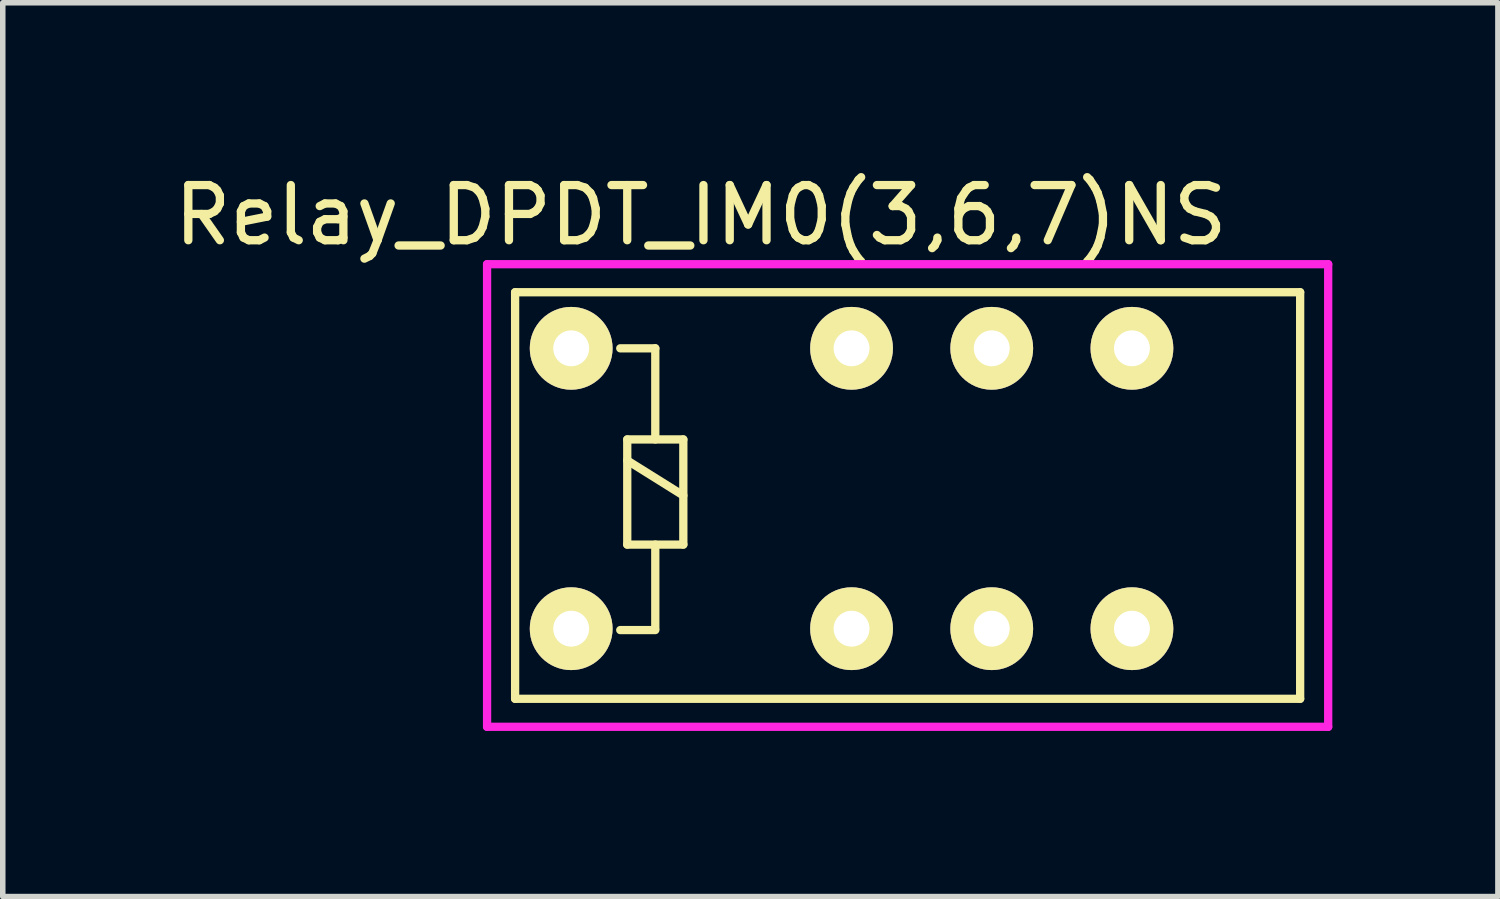
<source format=kicad_pcb>
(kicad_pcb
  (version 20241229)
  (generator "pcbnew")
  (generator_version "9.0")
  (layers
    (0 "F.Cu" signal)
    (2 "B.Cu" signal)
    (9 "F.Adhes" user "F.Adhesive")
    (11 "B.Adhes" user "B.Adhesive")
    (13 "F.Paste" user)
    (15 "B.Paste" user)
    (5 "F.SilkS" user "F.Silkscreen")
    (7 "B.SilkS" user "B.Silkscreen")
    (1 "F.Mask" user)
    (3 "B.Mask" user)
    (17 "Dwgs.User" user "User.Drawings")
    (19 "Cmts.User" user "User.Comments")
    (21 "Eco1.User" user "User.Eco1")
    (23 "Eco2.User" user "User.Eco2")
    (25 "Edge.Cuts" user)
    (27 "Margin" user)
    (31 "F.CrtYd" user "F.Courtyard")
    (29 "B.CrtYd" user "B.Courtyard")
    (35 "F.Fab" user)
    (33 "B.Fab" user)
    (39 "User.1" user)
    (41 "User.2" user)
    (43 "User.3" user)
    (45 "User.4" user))
  (footprint "Relay_DPDT_IM0(3,6,7)NS"
    (layer "F.Cu")
    (at 7.299 3.261)
    (property "Reference" "Relay_DPDT_IM0(3,6,7)NS" (at 2.349 -2.413 0) (layer "F.SilkS") (effects (font (size 1 1) (thickness 0.15))))
    (attr through_hole)
    (fp_line (start -1.016 -1.016) (end 13.208 -1.016) (stroke (width 0.15) (type solid)) (layer "F.SilkS"))
    (fp_line (start -1.016 6.35) (end -1.016 -1.016) (stroke (width 0.15) (type solid)) (layer "F.SilkS"))
    (fp_line (start 0.889 0) (end 1.524 0) (stroke (width 0.15) (type solid)) (layer "F.SilkS"))
    (fp_line (start 0.889 5.105) (end 1.524 5.105) (stroke (width 0.15) (type solid)) (layer "F.SilkS"))
    (fp_line (start 1.016 1.651) (end 1.016 3.556) (stroke (width 0.15) (type solid)) (layer "F.SilkS"))
    (fp_line (start 1.016 1.651) (end 2.032 1.651) (stroke (width 0.15) (type solid)) (layer "F.SilkS"))
    (fp_line (start 1.016 2.032) (end 2.032 2.667) (stroke (width 0.15) (type solid)) (layer "F.SilkS"))
    (fp_line (start 1.016 3.556) (end 2.032 3.556) (stroke (width 0.15) (type solid)) (layer "F.SilkS"))
    (fp_line (start 1.524 1.651) (end 1.524 0) (stroke (width 0.15) (type solid)) (layer "F.SilkS"))
    (fp_line (start 1.524 3.556) (end 1.524 5.08) (stroke (width 0.15) (type solid)) (layer "F.SilkS"))
    (fp_line (start 2.032 3.556) (end 2.032 1.651) (stroke (width 0.15) (type solid)) (layer "F.SilkS"))
    (fp_line (start 13.208 -1.016) (end 13.208 6.35) (stroke (width 0.15) (type solid)) (layer "F.SilkS"))
    (fp_line (start 13.208 6.35) (end -1.016 6.35) (stroke (width 0.15) (type solid)) (layer "F.SilkS"))
    (fp_line (start -1.524 -1.524) (end 13.716 -1.524) (stroke (width 0.15) (type solid)) (layer "F.CrtYd"))
    (fp_line (start -1.524 6.858) (end -1.524 -1.524) (stroke (width 0.15) (type solid)) (layer "F.CrtYd"))
    (fp_line (start 13.716 -1.524) (end 13.716 6.858) (stroke (width 0.15) (type solid)) (layer "F.CrtYd"))
    (fp_line (start 13.716 6.858) (end -1.524 6.858) (stroke (width 0.15) (type solid)) (layer "F.CrtYd"))
    (pad "1" thru_hole circle (at 0 0) (size 1.5 1.5) (drill 0.65) (layers "*.Cu" "*.Mask" "F.SilkS"))
    (pad "3" thru_hole circle (at 5.08 0) (size 1.5 1.5) (drill 0.65) (layers "*.Cu" "*.Mask" "F.SilkS"))
    (pad "4" thru_hole circle (at 7.62 0) (size 1.5 1.5) (drill 0.65) (layers "*.Cu" "*.Mask" "F.SilkS"))
    (pad "5" thru_hole circle (at 10.16 0) (size 1.5 1.5) (drill 0.65) (layers "*.Cu" "*.Mask" "F.SilkS"))
    (pad "8" thru_hole circle (at 10.16 5.08) (size 1.5 1.5) (drill 0.65) (layers "*.Cu" "*.Mask" "F.SilkS"))
    (pad "9" thru_hole circle (at 7.62 5.08) (size 1.5 1.5) (drill 0.65) (layers "*.Cu" "*.Mask" "F.SilkS"))
    (pad "10" thru_hole circle (at 5.08 5.08) (size 1.5 1.5) (drill 0.65) (layers "*.Cu" "*.Mask" "F.SilkS"))
    (pad "12" thru_hole circle (at 0 5.08) (size 1.5 1.5) (drill 0.65) (layers "*.Cu" "*.Mask" "F.SilkS")))
  (gr_rect
    (start -3 -3)
    (end 24.09 13.194)
    (stroke (width 0.1) (type default))
    (fill no)
    (layer "Edge.Cuts")))
</source>
